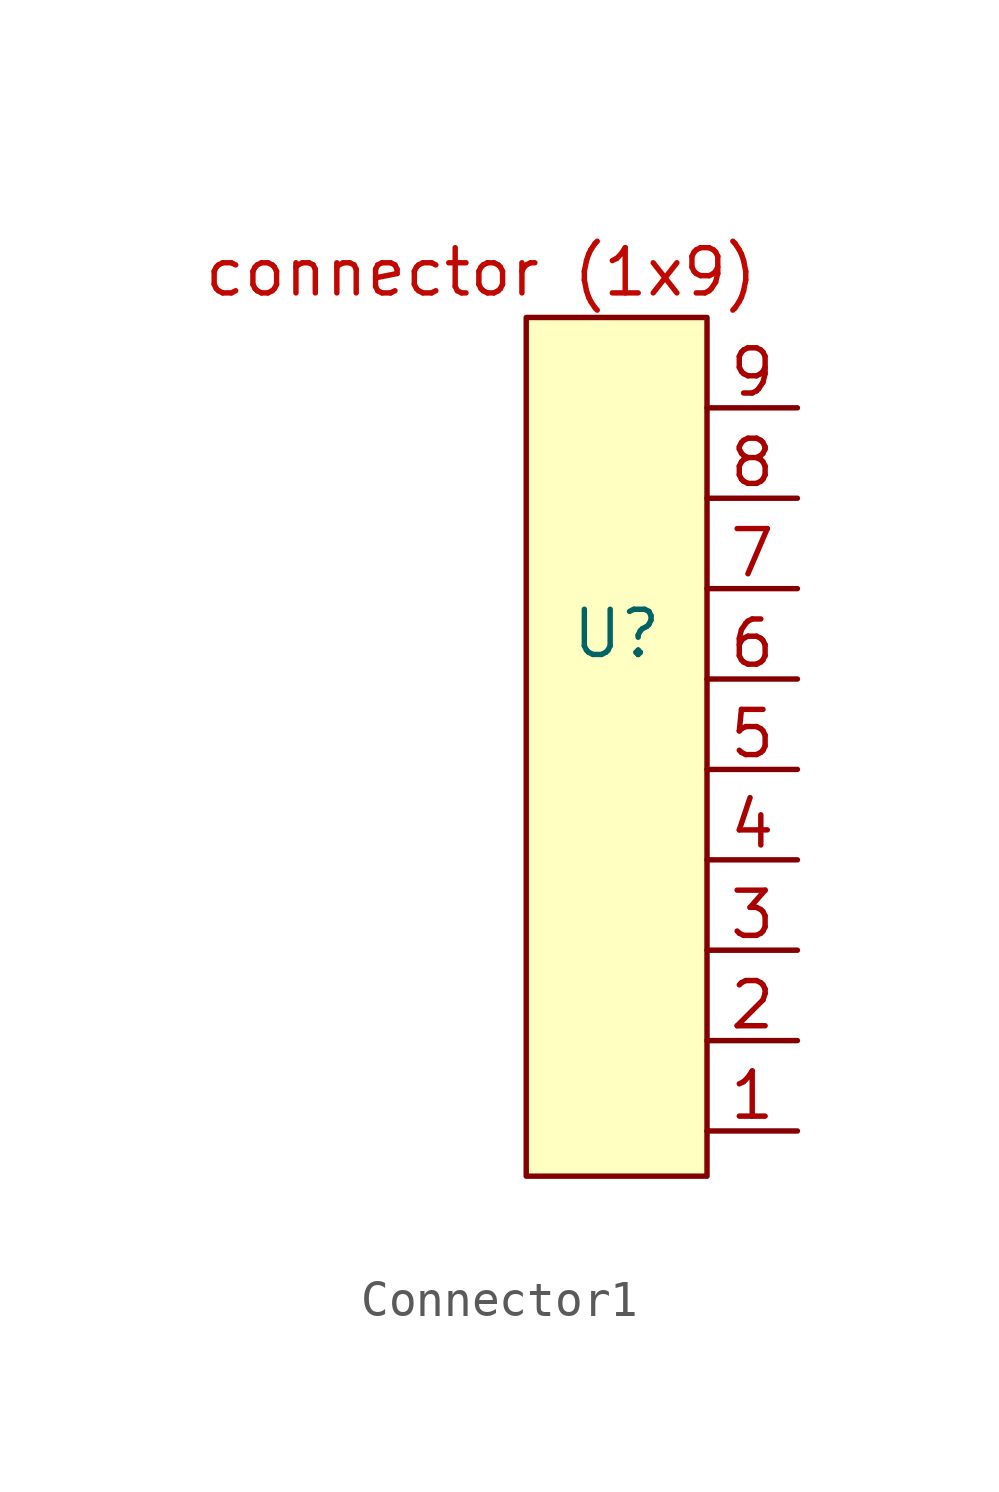
<source format=kicad_sym>
(kicad_symbol_lib
  (version 20220914)
  (generator kicad_symbol_editor)
  (symbol "Connector1"
    (property "Reference" "U"
      (at 0 0 0)
      (effects (font (size 1.27 1.27))))
    (property "Value" ""
      (at 0 0 0)
      (effects (font (size 1.27 1.27))))
    (symbol "Connector1_1_1"
      (rectangle (start -2.54 8.89) (end 2.54 -15.24) (stroke (width 0) (type default)) (fill (type background)))
      (text "connector (1x9)" (at -3.81 10.16 0) (effects (font (size 1.27 1.27) (color 192 7 0 1))))
      (pin input line (at 2.54 -13.97 0) (length 2.54) (name "" (effects (font (size 1.27 1.27)))) (number "1" (effects (font (size 1.27 1.27)))))
      (pin input line (at 2.54 -11.43 0) (length 2.54) (name "" (effects (font (size 1.27 1.27)))) (number "2" (effects (font (size 1.27 1.27)))))
      (pin input line (at 2.54 -8.89 0) (length 2.54) (name "" (effects (font (size 1.27 1.27)))) (number "3" (effects (font (size 1.27 1.27)))))
      (pin input line (at 2.54 -6.35 0) (length 2.54) (name "" (effects (font (size 1.27 1.27)))) (number "4" (effects (font (size 1.27 1.27)))))
      (pin input line (at 2.54 -3.81 0) (length 2.54) (name "" (effects (font (size 1.27 1.27)))) (number "5" (effects (font (size 1.27 1.27)))))
      (pin input line (at 2.54 -1.27 0) (length 2.54) (name "" (effects (font (size 1.27 1.27)))) (number "6" (effects (font (size 1.27 1.27)))))
      (pin input line (at 2.54 1.27 0) (length 2.54) (name "" (effects (font (size 1.27 1.27)))) (number "7" (effects (font (size 1.27 1.27)))))
      (pin input line (at 2.54 3.81 0) (length 2.54) (name "" (effects (font (size 1.27 1.27)))) (number "8" (effects (font (size 1.27 1.27)))))
      (pin input line (at 2.54 6.35 0) (length 2.54) (name "" (effects (font (size 1.27 1.27)))) (number "9" (effects (font (size 1.27 1.27))))))))
</source>
